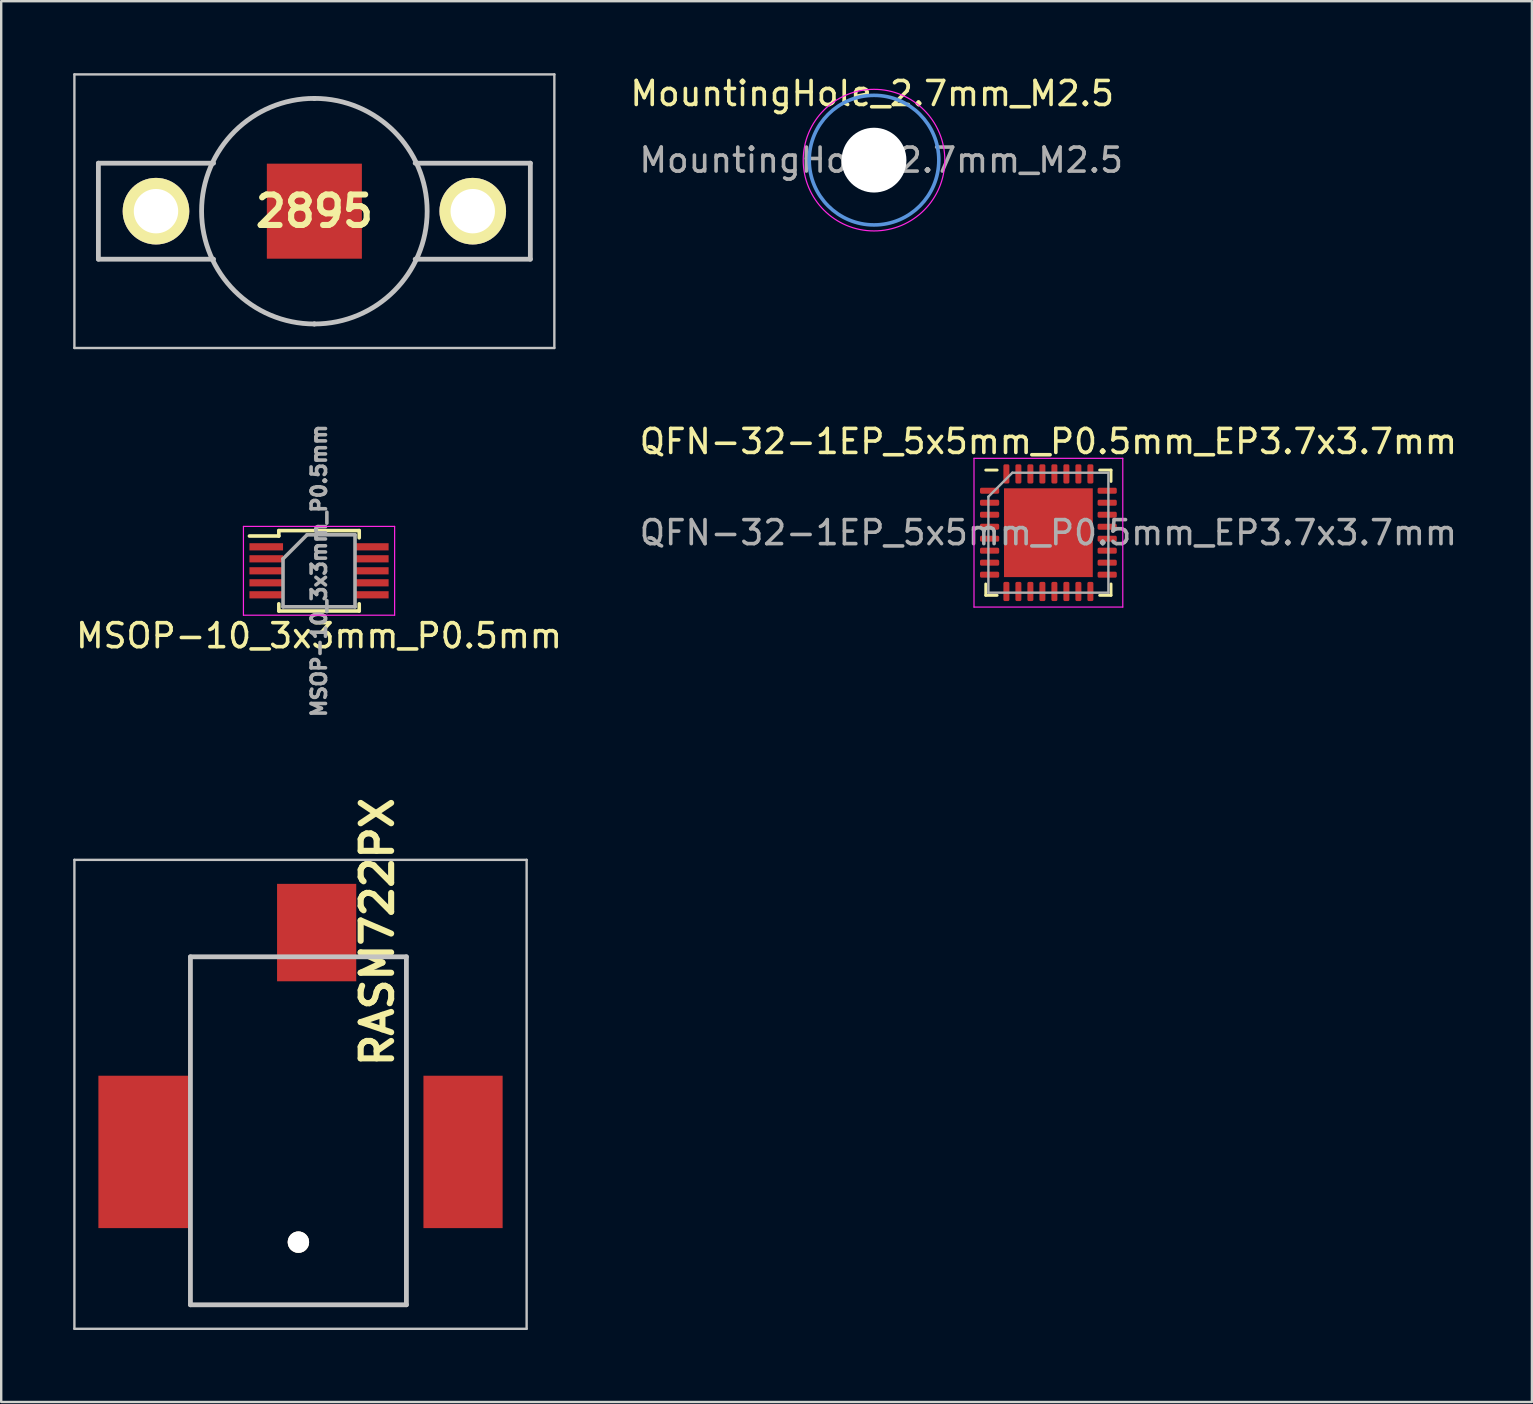
<source format=kicad_pcb>
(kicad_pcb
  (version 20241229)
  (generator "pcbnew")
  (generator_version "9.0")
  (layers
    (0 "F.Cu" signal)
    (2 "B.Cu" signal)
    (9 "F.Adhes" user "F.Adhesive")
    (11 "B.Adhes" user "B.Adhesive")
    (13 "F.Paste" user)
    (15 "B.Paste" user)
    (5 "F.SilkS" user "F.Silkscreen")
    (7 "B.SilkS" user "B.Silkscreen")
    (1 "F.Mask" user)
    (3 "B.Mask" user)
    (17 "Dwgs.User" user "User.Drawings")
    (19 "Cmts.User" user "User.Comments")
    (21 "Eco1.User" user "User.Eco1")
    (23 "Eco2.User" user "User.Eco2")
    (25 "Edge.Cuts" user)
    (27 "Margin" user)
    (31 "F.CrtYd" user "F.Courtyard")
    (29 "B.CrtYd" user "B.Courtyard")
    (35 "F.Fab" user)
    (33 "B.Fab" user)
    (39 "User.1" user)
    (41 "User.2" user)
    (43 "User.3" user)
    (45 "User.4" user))
  (footprint "2895"
    (layer "F.Cu")
    (at 3.45 5.75)
    (property "Reference" "2895" (at 6.6 0 0) (layer "F.SilkS") (effects (font (size 1.27 1.27) (thickness 0.254))))
    (attr through_hole)
    (fp_line (start 6.6 -4.7) (end 6.6 -4.7) (stroke (width 0.1) (type solid)) (layer "F.SilkS"))
    (fp_line (start 6.6 4.7) (end 6.6 4.7) (stroke (width 0.1) (type solid)) (layer "F.SilkS"))
    (fp_arc (start 6.6 -4.7) (mid 11.3 0) (end 6.6 4.7) (stroke (width 0.1) (type solid)) (layer "F.SilkS"))
    (fp_arc (start 6.6 4.7) (mid 1.9 0) (end 6.6 -4.7) (stroke (width 0.1) (type solid)) (layer "F.SilkS"))
    (fp_line (start -3.4 -5.7) (end 16.6 -5.7) (stroke (width 0.1) (type solid)) (layer "Dwgs.User"))
    (fp_line (start -3.4 5.7) (end -3.4 -5.7) (stroke (width 0.1) (type solid)) (layer "Dwgs.User"))
    (fp_line (start -2.4 -2) (end -2.4 2) (stroke (width 0.2) (type solid)) (layer "Dwgs.User"))
    (fp_line (start -2.4 2) (end 2.4 2) (stroke (width 0.2) (type solid)) (layer "Dwgs.User"))
    (fp_line (start 2.4 -2) (end -2.4 -2) (stroke (width 0.2) (type solid)) (layer "Dwgs.User"))
    (fp_line (start 6.6 -4.7) (end 6.6 -4.7) (stroke (width 0.2) (type solid)) (layer "Dwgs.User"))
    (fp_line (start 6.6 4.7) (end 6.6 4.7) (stroke (width 0.2) (type solid)) (layer "Dwgs.User"))
    (fp_line (start 10.8 -2) (end 15.6 -2) (stroke (width 0.2) (type solid)) (layer "Dwgs.User"))
    (fp_line (start 15.6 -2) (end 15.6 2) (stroke (width 0.2) (type solid)) (layer "Dwgs.User"))
    (fp_line (start 15.6 2) (end 10.8 2) (stroke (width 0.2) (type solid)) (layer "Dwgs.User"))
    (fp_line (start 16.6 -5.7) (end 16.6 5.7) (stroke (width 0.1) (type solid)) (layer "Dwgs.User"))
    (fp_line (start 16.6 5.7) (end -3.4 5.7) (stroke (width 0.1) (type solid)) (layer "Dwgs.User"))
    (fp_arc (start 6.6 -4.7) (mid 11.3 0) (end 6.6 4.7) (stroke (width 0.2) (type solid)) (layer "Dwgs.User"))
    (fp_arc (start 6.6 4.7) (mid 1.9 0) (end 6.6 -4.7) (stroke (width 0.2) (type solid)) (layer "Dwgs.User"))
    (pad "1" thru_hole circle (at 0 0 90) (size 2.775 2.775) (drill 1.85) (layers "*.Cu" "*.Mask" "F.SilkS"))
    (pad "2" thru_hole circle (at 13.2 0 90) (size 2.775 2.775) (drill 1.85) (layers "*.Cu" "*.Mask" "F.SilkS"))
    (pad "MP1" smd rect (at 6.6 0 90) (size 3.96 3.96) (layers "F.Cu" "F.Mask" "F.Paste")))
  (footprint "MountingHole_2.7mm_M2.5"
    (layer "F.Cu")
    (at 33.371 3.623)
    (property "Reference" "MountingHole_2.7mm_M2.5" (at -0.075 -2.775 0) (layer "F.SilkS") (effects (font (size 1 1) (thickness 0.15))))
    (attr exclude_from_pos_files exclude_from_bom)
    (fp_circle (center 0 0) (end 2.7 0) (stroke (width 0.15) (type solid)) (fill no) (layer "Cmts.User"))
    (fp_circle (center 0 0) (end 2.95 0) (stroke (width 0.05) (type solid)) (fill no) (layer "F.CrtYd"))
    (fp_text user "${REFERENCE}" (at 0.3 0 0) (layer "F.Fab") (effects (font (size 1 1) (thickness 0.15))))
    (pad "" np_thru_hole circle (at 0 0) (size 2.7 2.7) (drill 2.7) (layers "*.Cu" "*.Mask")))
  (footprint "MSOP-10_3x3mm_P0.5mm"
    (layer "F.Cu")
    (at 10.244 20.736)
    (property "Reference" "MSOP-10_3x3mm_P0.5mm" (at 0 2.705 180) (layer "F.SilkS") (effects (font (size 1 1) (thickness 0.15))))
    (attr smd)
    (fp_line (start -1.675 -1.675) (end -1.675 -1.45) (stroke (width 0.15) (type solid)) (layer "F.SilkS"))
    (fp_line (start -1.675 -1.675) (end 1.675 -1.675) (stroke (width 0.15) (type solid)) (layer "F.SilkS"))
    (fp_line (start -1.675 -1.45) (end -2.9 -1.45) (stroke (width 0.15) (type solid)) (layer "F.SilkS"))
    (fp_line (start -1.675 1.675) (end -1.675 1.375) (stroke (width 0.15) (type solid)) (layer "F.SilkS"))
    (fp_line (start -1.675 1.675) (end 1.675 1.675) (stroke (width 0.15) (type solid)) (layer "F.SilkS"))
    (fp_line (start 1.675 -1.675) (end 1.675 -1.375) (stroke (width 0.15) (type solid)) (layer "F.SilkS"))
    (fp_line (start 1.675 1.675) (end 1.675 1.375) (stroke (width 0.15) (type solid)) (layer "F.SilkS"))
    (fp_line (start -3.15 -1.85) (end -3.15 1.85) (stroke (width 0.05) (type solid)) (layer "F.CrtYd"))
    (fp_line (start -3.15 -1.85) (end 3.15 -1.85) (stroke (width 0.05) (type solid)) (layer "F.CrtYd"))
    (fp_line (start -3.15 1.85) (end 3.15 1.85) (stroke (width 0.05) (type solid)) (layer "F.CrtYd"))
    (fp_line (start 3.15 -1.85) (end 3.15 1.85) (stroke (width 0.05) (type solid)) (layer "F.CrtYd"))
    (fp_line (start -1.5 -0.5) (end -0.5 -1.5) (stroke (width 0.15) (type solid)) (layer "F.Fab"))
    (fp_line (start -1.5 1.5) (end -1.5 -0.5) (stroke (width 0.15) (type solid)) (layer "F.Fab"))
    (fp_line (start -0.5 -1.5) (end 1.5 -1.5) (stroke (width 0.15) (type solid)) (layer "F.Fab"))
    (fp_line (start 1.5 -1.5) (end 1.5 1.5) (stroke (width 0.15) (type solid)) (layer "F.Fab"))
    (fp_line (start 1.5 1.5) (end -1.5 1.5) (stroke (width 0.15) (type solid)) (layer "F.Fab"))
    (fp_text user "${REFERENCE}" (at 0 0 270) (layer "F.Fab") (effects (font (size 0.6 0.6) (thickness 0.15))))
    (pad "1" smd rect (at -2.2 -1) (size 1.4 0.3) (layers "F.Cu" "F.Mask" "F.Paste"))
    (pad "2" smd rect (at -2.2 -0.5) (size 1.4 0.3) (layers "F.Cu" "F.Mask" "F.Paste"))
    (pad "3" smd rect (at -2.2 0) (size 1.4 0.3) (layers "F.Cu" "F.Mask" "F.Paste"))
    (pad "4" smd rect (at -2.2 0.5) (size 1.4 0.3) (layers "F.Cu" "F.Mask" "F.Paste"))
    (pad "5" smd rect (at -2.2 1) (size 1.4 0.3) (layers "F.Cu" "F.Mask" "F.Paste"))
    (pad "6" smd rect (at 2.2 1) (size 1.4 0.3) (layers "F.Cu" "F.Mask" "F.Paste"))
    (pad "7" smd rect (at 2.2 0.5) (size 1.4 0.3) (layers "F.Cu" "F.Mask" "F.Paste"))
    (pad "8" smd rect (at 2.2 0) (size 1.4 0.3) (layers "F.Cu" "F.Mask" "F.Paste"))
    (pad "9" smd rect (at 2.2 -0.5) (size 1.4 0.3) (layers "F.Cu" "F.Mask" "F.Paste"))
    (pad "10" smd rect (at 2.2 -1) (size 1.4 0.3) (layers "F.Cu" "F.Mask" "F.Paste")))
  (footprint "RASM722PX"
    (layer "F.Cu")
    (at 9.6 43.566)
    (property "Reference" "RASM722PX" (at 3.075 -7.775 90) (layer "F.SilkS") (effects (font (size 1.27 1.27) (thickness 0.254))))
    (attr through_hole)
    (fp_line (start -4.715 -6.745) (end -1.455 -6.745) (stroke (width 0.1) (type solid)) (layer "F.SilkS"))
    (fp_line (start -4.715 -2.245) (end -4.715 -6.745) (stroke (width 0.1) (type solid)) (layer "F.SilkS"))
    (fp_line (start -4.715 7.755) (end -4.715 5.755) (stroke (width 0.1) (type solid)) (layer "F.SilkS"))
    (fp_line (start 2.545 -6.745) (end 4.285 -6.745) (stroke (width 0.1) (type solid)) (layer "F.SilkS"))
    (fp_line (start 4.285 -6.745) (end 4.285 7.755) (stroke (width 0.1) (type solid)) (layer "F.SilkS"))
    (fp_line (start 4.285 7.755) (end -4.715 7.755) (stroke (width 0.1) (type solid)) (layer "F.SilkS"))
    (fp_line (start -9.55 -10.785) (end 9.295 -10.785) (stroke (width 0.1) (type solid)) (layer "Dwgs.User"))
    (fp_line (start -9.55 8.755) (end -9.55 -10.785) (stroke (width 0.1) (type solid)) (layer "Dwgs.User"))
    (fp_line (start -4.715 -6.745) (end 4.285 -6.745) (stroke (width 0.2) (type solid)) (layer "Dwgs.User"))
    (fp_line (start -4.715 7.755) (end -4.715 -6.745) (stroke (width 0.2) (type solid)) (layer "Dwgs.User"))
    (fp_line (start 4.285 -6.745) (end 4.285 7.755) (stroke (width 0.2) (type solid)) (layer "Dwgs.User"))
    (fp_line (start 4.285 7.755) (end -4.715 7.755) (stroke (width 0.2) (type solid)) (layer "Dwgs.User"))
    (fp_line (start 9.295 -10.785) (end 9.295 8.755) (stroke (width 0.1) (type solid)) (layer "Dwgs.User"))
    (fp_line (start 9.295 8.755) (end -9.55 8.755) (stroke (width 0.1) (type solid)) (layer "Dwgs.User"))
    (pad "1" smd rect (at -6.645 1.385) (size 3.81 6.35) (layers "F.Cu" "F.Mask" "F.Paste"))
    (pad "2" smd rect (at 6.645 1.385) (size 3.3 6.35) (layers "F.Cu" "F.Mask" "F.Paste"))
    (pad "3" smd rect (at 0.545 -7.755) (size 3.3 4.06) (layers "F.Cu" "F.Mask" "F.Paste"))
    (pad "LP1" thru_hole circle (at -0.215 5.145 90) (size 0.89 0.89) (drill 1.78) (layers "*.Cu" "*.Mask" "F.SilkS")))
  (footprint "QFN-32-1EP_5x5mm_P0.5mm_EP3.7x3.7mm"
    (layer "F.Cu")
    (at 40.637 19.148)
    (property "Reference" "QFN-32-1EP_5x5mm_P0.5mm_EP3.7x3.7mm" (at 0 -3.8 0) (layer "F.SilkS") (effects (font (size 1 1) (thickness 0.15))))
    (attr smd)
    (fp_line (start -2.61 2.61) (end -2.61 2.135) (stroke (width 0.12) (type solid)) (layer "F.SilkS"))
    (fp_line (start -2.135 -2.61) (end -2.61 -2.61) (stroke (width 0.12) (type solid)) (layer "F.SilkS"))
    (fp_line (start -2.135 2.61) (end -2.61 2.61) (stroke (width 0.12) (type solid)) (layer "F.SilkS"))
    (fp_line (start 2.135 -2.61) (end 2.61 -2.61) (stroke (width 0.12) (type solid)) (layer "F.SilkS"))
    (fp_line (start 2.135 2.61) (end 2.61 2.61) (stroke (width 0.12) (type solid)) (layer "F.SilkS"))
    (fp_line (start 2.61 -2.61) (end 2.61 -2.135) (stroke (width 0.12) (type solid)) (layer "F.SilkS"))
    (fp_line (start 2.61 2.61) (end 2.61 2.135) (stroke (width 0.12) (type solid)) (layer "F.SilkS"))
    (fp_line (start -3.1 -3.1) (end -3.1 3.1) (stroke (width 0.05) (type solid)) (layer "F.CrtYd"))
    (fp_line (start -3.1 3.1) (end 3.1 3.1) (stroke (width 0.05) (type solid)) (layer "F.CrtYd"))
    (fp_line (start 3.1 -3.1) (end -3.1 -3.1) (stroke (width 0.05) (type solid)) (layer "F.CrtYd"))
    (fp_line (start 3.1 3.1) (end 3.1 -3.1) (stroke (width 0.05) (type solid)) (layer "F.CrtYd"))
    (fp_line (start -2.5 -1.5) (end -1.5 -2.5) (stroke (width 0.1) (type solid)) (layer "F.Fab"))
    (fp_line (start -2.5 2.5) (end -2.5 -1.5) (stroke (width 0.1) (type solid)) (layer "F.Fab"))
    (fp_line (start -1.5 -2.5) (end 2.5 -2.5) (stroke (width 0.1) (type solid)) (layer "F.Fab"))
    (fp_line (start 2.5 -2.5) (end 2.5 2.5) (stroke (width 0.1) (type solid)) (layer "F.Fab"))
    (fp_line (start 2.5 2.5) (end -2.5 2.5) (stroke (width 0.1) (type solid)) (layer "F.Fab"))
    (fp_text user "${REFERENCE}" (at 0 0 0) (layer "F.Fab") (effects (font (size 1 1) (thickness 0.15))))
    (pad "" smd roundrect (at -0.925 -0.925) (size 1.49 1.49) (layers "F.Paste") (roundrect_rratio 0.168))
    (pad "" smd roundrect (at -0.925 0.925) (size 1.49 1.49) (layers "F.Paste") (roundrect_rratio 0.168))
    (pad "" smd roundrect (at 0.925 -0.925) (size 1.49 1.49) (layers "F.Paste") (roundrect_rratio 0.168))
    (pad "" smd roundrect (at 0.925 0.925) (size 1.49 1.49) (layers "F.Paste") (roundrect_rratio 0.168))
    (pad "1" smd roundrect (at -2.45 -1.75) (size 0.8 0.25) (layers "F.Cu" "F.Mask" "F.Paste") (roundrect_rratio 0.25))
    (pad "2" smd roundrect (at -2.45 -1.25) (size 0.8 0.25) (layers "F.Cu" "F.Mask" "F.Paste") (roundrect_rratio 0.25))
    (pad "3" smd roundrect (at -2.45 -0.75) (size 0.8 0.25) (layers "F.Cu" "F.Mask" "F.Paste") (roundrect_rratio 0.25))
    (pad "4" smd roundrect (at -2.45 -0.25) (size 0.8 0.25) (layers "F.Cu" "F.Mask" "F.Paste") (roundrect_rratio 0.25))
    (pad "5" smd roundrect (at -2.45 0.25) (size 0.8 0.25) (layers "F.Cu" "F.Mask" "F.Paste") (roundrect_rratio 0.25))
    (pad "6" smd roundrect (at -2.45 0.75) (size 0.8 0.25) (layers "F.Cu" "F.Mask" "F.Paste") (roundrect_rratio 0.25))
    (pad "7" smd roundrect (at -2.45 1.25) (size 0.8 0.25) (layers "F.Cu" "F.Mask" "F.Paste") (roundrect_rratio 0.25))
    (pad "8" smd roundrect (at -2.45 1.75) (size 0.8 0.25) (layers "F.Cu" "F.Mask" "F.Paste") (roundrect_rratio 0.25))
    (pad "9" smd roundrect (at -1.75 2.45) (size 0.25 0.8) (layers "F.Cu" "F.Mask" "F.Paste") (roundrect_rratio 0.25))
    (pad "10" smd roundrect (at -1.25 2.45) (size 0.25 0.8) (layers "F.Cu" "F.Mask" "F.Paste") (roundrect_rratio 0.25))
    (pad "11" smd roundrect (at -0.75 2.45) (size 0.25 0.8) (layers "F.Cu" "F.Mask" "F.Paste") (roundrect_rratio 0.25))
    (pad "12" smd roundrect (at -0.25 2.45) (size 0.25 0.8) (layers "F.Cu" "F.Mask" "F.Paste") (roundrect_rratio 0.25))
    (pad "13" smd roundrect (at 0.25 2.45) (size 0.25 0.8) (layers "F.Cu" "F.Mask" "F.Paste") (roundrect_rratio 0.25))
    (pad "14" smd roundrect (at 0.75 2.45) (size 0.25 0.8) (layers "F.Cu" "F.Mask" "F.Paste") (roundrect_rratio 0.25))
    (pad "15" smd roundrect (at 1.25 2.45) (size 0.25 0.8) (layers "F.Cu" "F.Mask" "F.Paste") (roundrect_rratio 0.25))
    (pad "16" smd roundrect (at 1.75 2.45) (size 0.25 0.8) (layers "F.Cu" "F.Mask" "F.Paste") (roundrect_rratio 0.25))
    (pad "17" smd roundrect (at 2.45 1.75) (size 0.8 0.25) (layers "F.Cu" "F.Mask" "F.Paste") (roundrect_rratio 0.25))
    (pad "18" smd roundrect (at 2.45 1.25) (size 0.8 0.25) (layers "F.Cu" "F.Mask" "F.Paste") (roundrect_rratio 0.25))
    (pad "19" smd roundrect (at 2.45 0.75) (size 0.8 0.25) (layers "F.Cu" "F.Mask" "F.Paste") (roundrect_rratio 0.25))
    (pad "20" smd roundrect (at 2.45 0.25) (size 0.8 0.25) (layers "F.Cu" "F.Mask" "F.Paste") (roundrect_rratio 0.25))
    (pad "21" smd roundrect (at 2.45 -0.25) (size 0.8 0.25) (layers "F.Cu" "F.Mask" "F.Paste") (roundrect_rratio 0.25))
    (pad "22" smd roundrect (at 2.45 -0.75) (size 0.8 0.25) (layers "F.Cu" "F.Mask" "F.Paste") (roundrect_rratio 0.25))
    (pad "23" smd roundrect (at 2.45 -1.25) (size 0.8 0.25) (layers "F.Cu" "F.Mask" "F.Paste") (roundrect_rratio 0.25))
    (pad "24" smd roundrect (at 2.45 -1.75) (size 0.8 0.25) (layers "F.Cu" "F.Mask" "F.Paste") (roundrect_rratio 0.25))
    (pad "25" smd roundrect (at 1.75 -2.45) (size 0.25 0.8) (layers "F.Cu" "F.Mask" "F.Paste") (roundrect_rratio 0.25))
    (pad "26" smd roundrect (at 1.25 -2.45) (size 0.25 0.8) (layers "F.Cu" "F.Mask" "F.Paste") (roundrect_rratio 0.25))
    (pad "27" smd roundrect (at 0.75 -2.45) (size 0.25 0.8) (layers "F.Cu" "F.Mask" "F.Paste") (roundrect_rratio 0.25))
    (pad "28" smd roundrect (at 0.25 -2.45) (size 0.25 0.8) (layers "F.Cu" "F.Mask" "F.Paste") (roundrect_rratio 0.25))
    (pad "29" smd roundrect (at -0.25 -2.45) (size 0.25 0.8) (layers "F.Cu" "F.Mask" "F.Paste") (roundrect_rratio 0.25))
    (pad "30" smd roundrect (at -0.75 -2.45) (size 0.25 0.8) (layers "F.Cu" "F.Mask" "F.Paste") (roundrect_rratio 0.25))
    (pad "31" smd roundrect (at -1.25 -2.45) (size 0.25 0.8) (layers "F.Cu" "F.Mask" "F.Paste") (roundrect_rratio 0.25))
    (pad "32" smd roundrect (at -1.75 -2.45) (size 0.25 0.8) (layers "F.Cu" "F.Mask" "F.Paste") (roundrect_rratio 0.25))
    (pad "33" smd rect (at 0 0) (size 3.7 3.7) (layers "F.Cu" "F.Mask")))
  (gr_rect
    (start -3 -3)
    (end 60.786 55.371)
    (stroke (width 0.1) (type default))
    (fill no)
    (layer "Edge.Cuts")))
</source>
